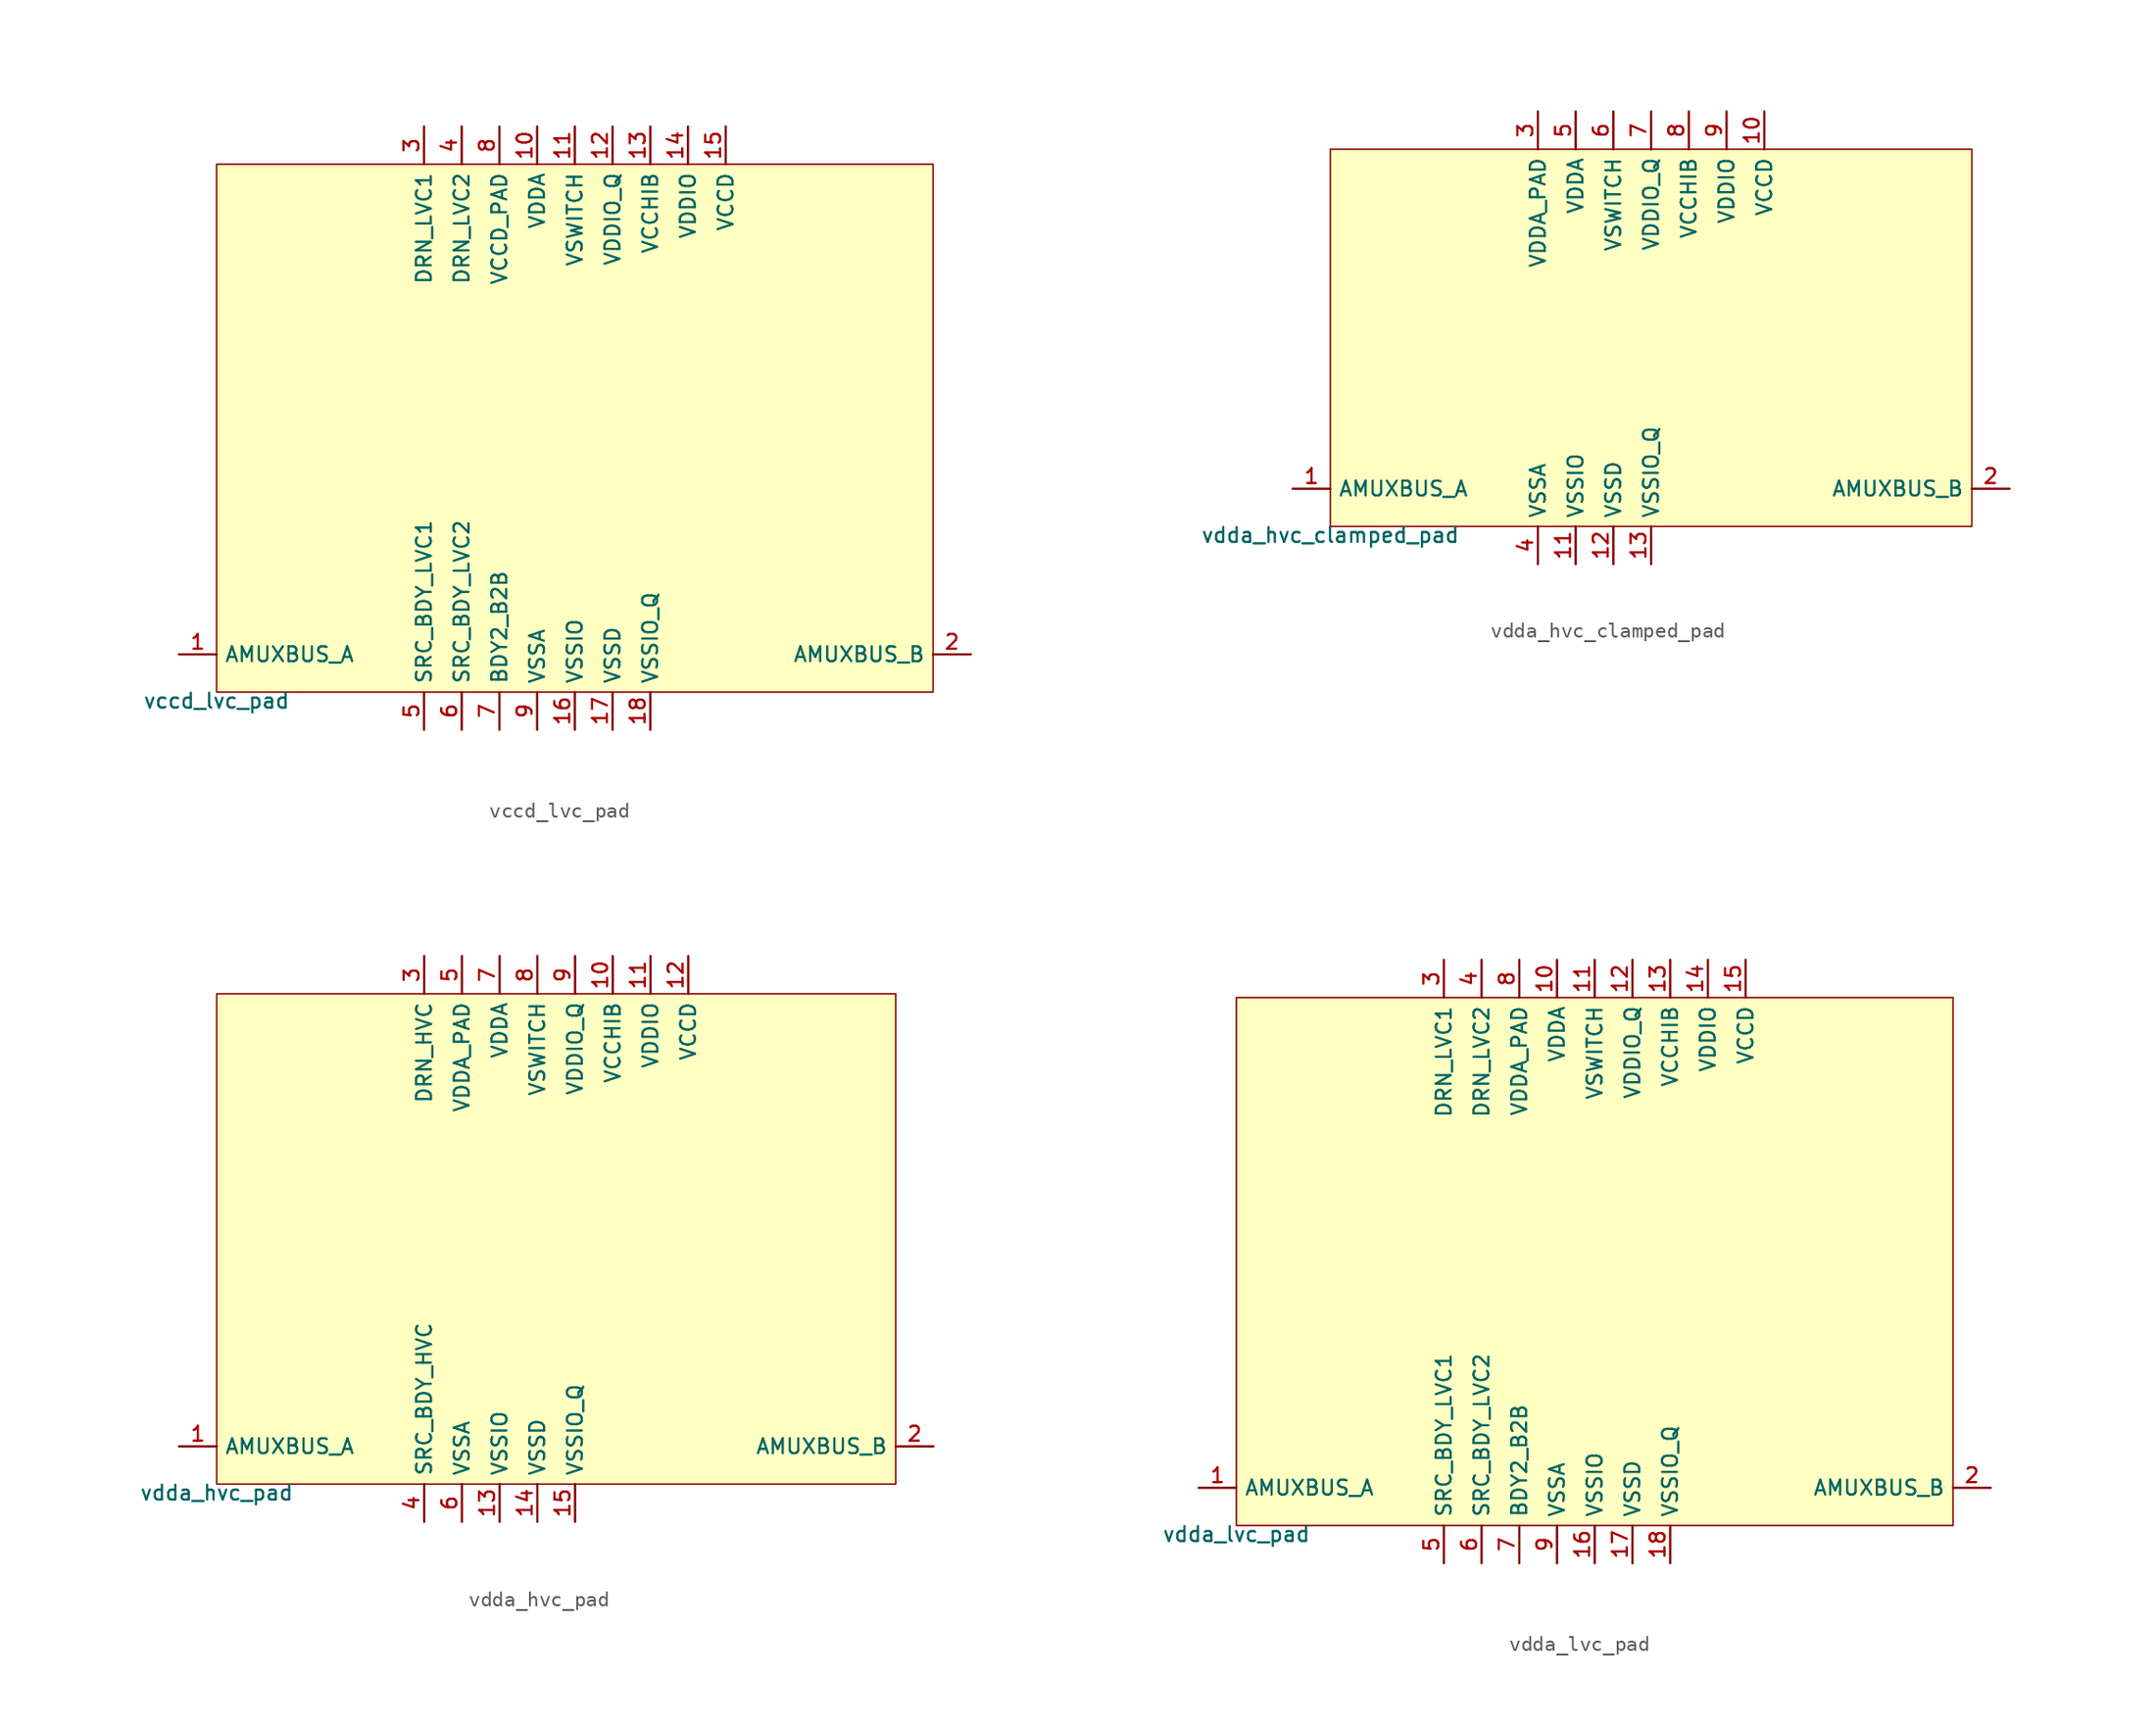
<source format=kicad_sym>
(kicad_symbol_lib
  (version 20211014)
  (generator pdk2kicad)
  (symbol "vccd_lvc_pad"
    (property "Reference" "X"
      (at 0 0 0)
      (effects (font (size 1 1)) hide))
    (property "Value" "vccd_lvc_pad"
      (at -24.13 -17.78 0)
      (effects (font (size 1 1)) (justify top)))
    (rectangle
      (start -24.13 -17.78)
      (end 24.13 17.78)
      (stroke (width 0.1) (type solid) (color 0 0 0 0))
      (fill (type background)))
    (pin bidirectional line
      (at -26.67 -15.24 0)
      (length 2.54)
      (name "AMUXBUS_A" (effects (font (size 1 1)) hide))
      (number "1" (effects (font (size 1 1)) hide)))
    (pin bidirectional line
      (at 26.67 -15.24 180)
      (length 2.54)
      (name "AMUXBUS_B" (effects (font (size 1 1)) hide))
      (number "2" (effects (font (size 1 1)) hide)))
    (pin power_in line
      (at -10.16 20.32 270)
      (length 2.54)
      (name "DRN_LVC1" (effects (font (size 1 1)) hide))
      (number "3" (effects (font (size 1 1)) hide)))
    (pin power_in line
      (at -7.62 20.32 270)
      (length 2.54)
      (name "DRN_LVC2" (effects (font (size 1 1)) hide))
      (number "4" (effects (font (size 1 1)) hide)))
    (pin power_in line
      (at -10.16 -20.32 90)
      (length 2.54)
      (name "SRC_BDY_LVC1" (effects (font (size 1 1)) hide))
      (number "5" (effects (font (size 1 1)) hide)))
    (pin power_in line
      (at -7.62 -20.32 90)
      (length 2.54)
      (name "SRC_BDY_LVC2" (effects (font (size 1 1)) hide))
      (number "6" (effects (font (size 1 1)) hide)))
    (pin power_in line
      (at -5.08 -20.32 90)
      (length 2.54)
      (name "BDY2_B2B" (effects (font (size 1 1)) hide))
      (number "7" (effects (font (size 1 1)) hide)))
    (pin power_in line
      (at -5.08 20.32 270)
      (length 2.54)
      (name "VCCD_PAD" (effects (font (size 1 1)) hide))
      (number "8" (effects (font (size 1 1)) hide)))
    (pin power_in line
      (at -2.54 -20.32 90)
      (length 2.54)
      (name "VSSA" (effects (font (size 1 1)) hide))
      (number "9" (effects (font (size 1 1)) hide)))
    (pin power_in line
      (at -2.54 20.32 270)
      (length 2.54)
      (name "VDDA" (effects (font (size 1 1)) hide))
      (number "10" (effects (font (size 1 1)) hide)))
    (pin power_in line
      (at 0.0 20.32 270)
      (length 2.54)
      (name "VSWITCH" (effects (font (size 1 1)) hide))
      (number "11" (effects (font (size 1 1)) hide)))
    (pin power_in line
      (at 2.54 20.32 270)
      (length 2.54)
      (name "VDDIO_Q" (effects (font (size 1 1)) hide))
      (number "12" (effects (font (size 1 1)) hide)))
    (pin power_in line
      (at 5.08 20.32 270)
      (length 2.54)
      (name "VCCHIB" (effects (font (size 1 1)) hide))
      (number "13" (effects (font (size 1 1)) hide)))
    (pin power_in line
      (at 7.62 20.32 270)
      (length 2.54)
      (name "VDDIO" (effects (font (size 1 1)) hide))
      (number "14" (effects (font (size 1 1)) hide)))
    (pin power_in line
      (at 10.16 20.32 270)
      (length 2.54)
      (name "VCCD" (effects (font (size 1 1)) hide))
      (number "15" (effects (font (size 1 1)) hide)))
    (pin power_in line
      (at 0.0 -20.32 90)
      (length 2.54)
      (name "VSSIO" (effects (font (size 1 1)) hide))
      (number "16" (effects (font (size 1 1)) hide)))
    (pin power_in line
      (at 2.54 -20.32 90)
      (length 2.54)
      (name "VSSD" (effects (font (size 1 1)) hide))
      (number "17" (effects (font (size 1 1)) hide)))
    (pin power_in line
      (at 5.08 -20.32 90)
      (length 2.54)
      (name "VSSIO_Q" (effects (font (size 1 1)) hide))
      (number "18" (effects (font (size 1 1)) hide))))
  (symbol "vdda_hvc_clamped_pad"
    (property "Reference" "X"
      (at 0 0 0)
      (effects (font (size 1 1)) hide))
    (property "Value" "vdda_hvc_clamped_pad"
      (at -21.59 -12.7 0)
      (effects (font (size 1 1)) (justify top)))
    (rectangle
      (start -21.59 -12.7)
      (end 21.59 12.7)
      (stroke (width 0.1) (type solid) (color 0 0 0 0))
      (fill (type background)))
    (pin bidirectional line
      (at -24.13 -10.16 0)
      (length 2.54)
      (name "AMUXBUS_A" (effects (font (size 1 1)) hide))
      (number "1" (effects (font (size 1 1)) hide)))
    (pin bidirectional line
      (at 24.13 -10.16 180)
      (length 2.54)
      (name "AMUXBUS_B" (effects (font (size 1 1)) hide))
      (number "2" (effects (font (size 1 1)) hide)))
    (pin power_in line
      (at -7.62 15.24 270)
      (length 2.54)
      (name "VDDA_PAD" (effects (font (size 1 1)) hide))
      (number "3" (effects (font (size 1 1)) hide)))
    (pin power_in line
      (at -7.62 -15.24 90)
      (length 2.54)
      (name "VSSA" (effects (font (size 1 1)) hide))
      (number "4" (effects (font (size 1 1)) hide)))
    (pin power_in line
      (at -5.08 15.24 270)
      (length 2.54)
      (name "VDDA" (effects (font (size 1 1)) hide))
      (number "5" (effects (font (size 1 1)) hide)))
    (pin power_in line
      (at -2.54 15.24 270)
      (length 2.54)
      (name "VSWITCH" (effects (font (size 1 1)) hide))
      (number "6" (effects (font (size 1 1)) hide)))
    (pin power_in line
      (at 0.0 15.24 270)
      (length 2.54)
      (name "VDDIO_Q" (effects (font (size 1 1)) hide))
      (number "7" (effects (font (size 1 1)) hide)))
    (pin power_in line
      (at 2.54 15.24 270)
      (length 2.54)
      (name "VCCHIB" (effects (font (size 1 1)) hide))
      (number "8" (effects (font (size 1 1)) hide)))
    (pin power_in line
      (at 5.08 15.24 270)
      (length 2.54)
      (name "VDDIO" (effects (font (size 1 1)) hide))
      (number "9" (effects (font (size 1 1)) hide)))
    (pin power_in line
      (at 7.62 15.24 270)
      (length 2.54)
      (name "VCCD" (effects (font (size 1 1)) hide))
      (number "10" (effects (font (size 1 1)) hide)))
    (pin power_in line
      (at -5.08 -15.24 90)
      (length 2.54)
      (name "VSSIO" (effects (font (size 1 1)) hide))
      (number "11" (effects (font (size 1 1)) hide)))
    (pin power_in line
      (at -2.54 -15.24 90)
      (length 2.54)
      (name "VSSD" (effects (font (size 1 1)) hide))
      (number "12" (effects (font (size 1 1)) hide)))
    (pin power_in line
      (at 0.0 -15.24 90)
      (length 2.54)
      (name "VSSIO_Q" (effects (font (size 1 1)) hide))
      (number "13" (effects (font (size 1 1)) hide))))
  (symbol "vdda_hvc_pad"
    (property "Reference" "X"
      (at 0 0 0)
      (effects (font (size 1 1)) hide))
    (property "Value" "vdda_hvc_pad"
      (at -22.86 -16.51 0)
      (effects (font (size 1 1)) (justify top)))
    (rectangle
      (start -22.86 -16.51)
      (end 22.86 16.51)
      (stroke (width 0.1) (type solid) (color 0 0 0 0))
      (fill (type background)))
    (pin bidirectional line
      (at -25.4 -13.97 0)
      (length 2.54)
      (name "AMUXBUS_A" (effects (font (size 1 1)) hide))
      (number "1" (effects (font (size 1 1)) hide)))
    (pin bidirectional line
      (at 25.4 -13.97 180)
      (length 2.54)
      (name "AMUXBUS_B" (effects (font (size 1 1)) hide))
      (number "2" (effects (font (size 1 1)) hide)))
    (pin power_in line
      (at -8.89 19.05 270)
      (length 2.54)
      (name "DRN_HVC" (effects (font (size 1 1)) hide))
      (number "3" (effects (font (size 1 1)) hide)))
    (pin power_in line
      (at -8.89 -19.05 90)
      (length 2.54)
      (name "SRC_BDY_HVC" (effects (font (size 1 1)) hide))
      (number "4" (effects (font (size 1 1)) hide)))
    (pin power_in line
      (at -6.35 19.05 270)
      (length 2.54)
      (name "VDDA_PAD" (effects (font (size 1 1)) hide))
      (number "5" (effects (font (size 1 1)) hide)))
    (pin power_in line
      (at -6.35 -19.05 90)
      (length 2.54)
      (name "VSSA" (effects (font (size 1 1)) hide))
      (number "6" (effects (font (size 1 1)) hide)))
    (pin power_in line
      (at -3.81 19.05 270)
      (length 2.54)
      (name "VDDA" (effects (font (size 1 1)) hide))
      (number "7" (effects (font (size 1 1)) hide)))
    (pin power_in line
      (at -1.27 19.05 270)
      (length 2.54)
      (name "VSWITCH" (effects (font (size 1 1)) hide))
      (number "8" (effects (font (size 1 1)) hide)))
    (pin power_in line
      (at 1.27 19.05 270)
      (length 2.54)
      (name "VDDIO_Q" (effects (font (size 1 1)) hide))
      (number "9" (effects (font (size 1 1)) hide)))
    (pin power_in line
      (at 3.81 19.05 270)
      (length 2.54)
      (name "VCCHIB" (effects (font (size 1 1)) hide))
      (number "10" (effects (font (size 1 1)) hide)))
    (pin power_in line
      (at 6.35 19.05 270)
      (length 2.54)
      (name "VDDIO" (effects (font (size 1 1)) hide))
      (number "11" (effects (font (size 1 1)) hide)))
    (pin power_in line
      (at 8.89 19.05 270)
      (length 2.54)
      (name "VCCD" (effects (font (size 1 1)) hide))
      (number "12" (effects (font (size 1 1)) hide)))
    (pin power_in line
      (at -3.81 -19.05 90)
      (length 2.54)
      (name "VSSIO" (effects (font (size 1 1)) hide))
      (number "13" (effects (font (size 1 1)) hide)))
    (pin power_in line
      (at -1.27 -19.05 90)
      (length 2.54)
      (name "VSSD" (effects (font (size 1 1)) hide))
      (number "14" (effects (font (size 1 1)) hide)))
    (pin power_in line
      (at 1.27 -19.05 90)
      (length 2.54)
      (name "VSSIO_Q" (effects (font (size 1 1)) hide))
      (number "15" (effects (font (size 1 1)) hide))))
  (symbol "vdda_lvc_pad"
    (property "Reference" "X"
      (at 0 0 0)
      (effects (font (size 1 1)) hide))
    (property "Value" "vdda_lvc_pad"
      (at -24.13 -17.78 0)
      (effects (font (size 1 1)) (justify top)))
    (rectangle
      (start -24.13 -17.78)
      (end 24.13 17.78)
      (stroke (width 0.1) (type solid) (color 0 0 0 0))
      (fill (type background)))
    (pin bidirectional line
      (at -26.67 -15.24 0)
      (length 2.54)
      (name "AMUXBUS_A" (effects (font (size 1 1)) hide))
      (number "1" (effects (font (size 1 1)) hide)))
    (pin bidirectional line
      (at 26.67 -15.24 180)
      (length 2.54)
      (name "AMUXBUS_B" (effects (font (size 1 1)) hide))
      (number "2" (effects (font (size 1 1)) hide)))
    (pin power_in line
      (at -10.16 20.32 270)
      (length 2.54)
      (name "DRN_LVC1" (effects (font (size 1 1)) hide))
      (number "3" (effects (font (size 1 1)) hide)))
    (pin power_in line
      (at -7.62 20.32 270)
      (length 2.54)
      (name "DRN_LVC2" (effects (font (size 1 1)) hide))
      (number "4" (effects (font (size 1 1)) hide)))
    (pin power_in line
      (at -10.16 -20.32 90)
      (length 2.54)
      (name "SRC_BDY_LVC1" (effects (font (size 1 1)) hide))
      (number "5" (effects (font (size 1 1)) hide)))
    (pin power_in line
      (at -7.62 -20.32 90)
      (length 2.54)
      (name "SRC_BDY_LVC2" (effects (font (size 1 1)) hide))
      (number "6" (effects (font (size 1 1)) hide)))
    (pin power_in line
      (at -5.08 -20.32 90)
      (length 2.54)
      (name "BDY2_B2B" (effects (font (size 1 1)) hide))
      (number "7" (effects (font (size 1 1)) hide)))
    (pin power_in line
      (at -5.08 20.32 270)
      (length 2.54)
      (name "VDDA_PAD" (effects (font (size 1 1)) hide))
      (number "8" (effects (font (size 1 1)) hide)))
    (pin power_in line
      (at -2.54 -20.32 90)
      (length 2.54)
      (name "VSSA" (effects (font (size 1 1)) hide))
      (number "9" (effects (font (size 1 1)) hide)))
    (pin power_in line
      (at -2.54 20.32 270)
      (length 2.54)
      (name "VDDA" (effects (font (size 1 1)) hide))
      (number "10" (effects (font (size 1 1)) hide)))
    (pin power_in line
      (at 0.0 20.32 270)
      (length 2.54)
      (name "VSWITCH" (effects (font (size 1 1)) hide))
      (number "11" (effects (font (size 1 1)) hide)))
    (pin power_in line
      (at 2.54 20.32 270)
      (length 2.54)
      (name "VDDIO_Q" (effects (font (size 1 1)) hide))
      (number "12" (effects (font (size 1 1)) hide)))
    (pin power_in line
      (at 5.08 20.32 270)
      (length 2.54)
      (name "VCCHIB" (effects (font (size 1 1)) hide))
      (number "13" (effects (font (size 1 1)) hide)))
    (pin power_in line
      (at 7.62 20.32 270)
      (length 2.54)
      (name "VDDIO" (effects (font (size 1 1)) hide))
      (number "14" (effects (font (size 1 1)) hide)))
    (pin power_in line
      (at 10.16 20.32 270)
      (length 2.54)
      (name "VCCD" (effects (font (size 1 1)) hide))
      (number "15" (effects (font (size 1 1)) hide)))
    (pin power_in line
      (at 0.0 -20.32 90)
      (length 2.54)
      (name "VSSIO" (effects (font (size 1 1)) hide))
      (number "16" (effects (font (size 1 1)) hide)))
    (pin power_in line
      (at 2.54 -20.32 90)
      (length 2.54)
      (name "VSSD" (effects (font (size 1 1)) hide))
      (number "17" (effects (font (size 1 1)) hide)))
    (pin power_in line
      (at 5.08 -20.32 90)
      (length 2.54)
      (name "VSSIO_Q" (effects (font (size 1 1)) hide))
      (number "18" (effects (font (size 1 1)) hide)))))
</source>
